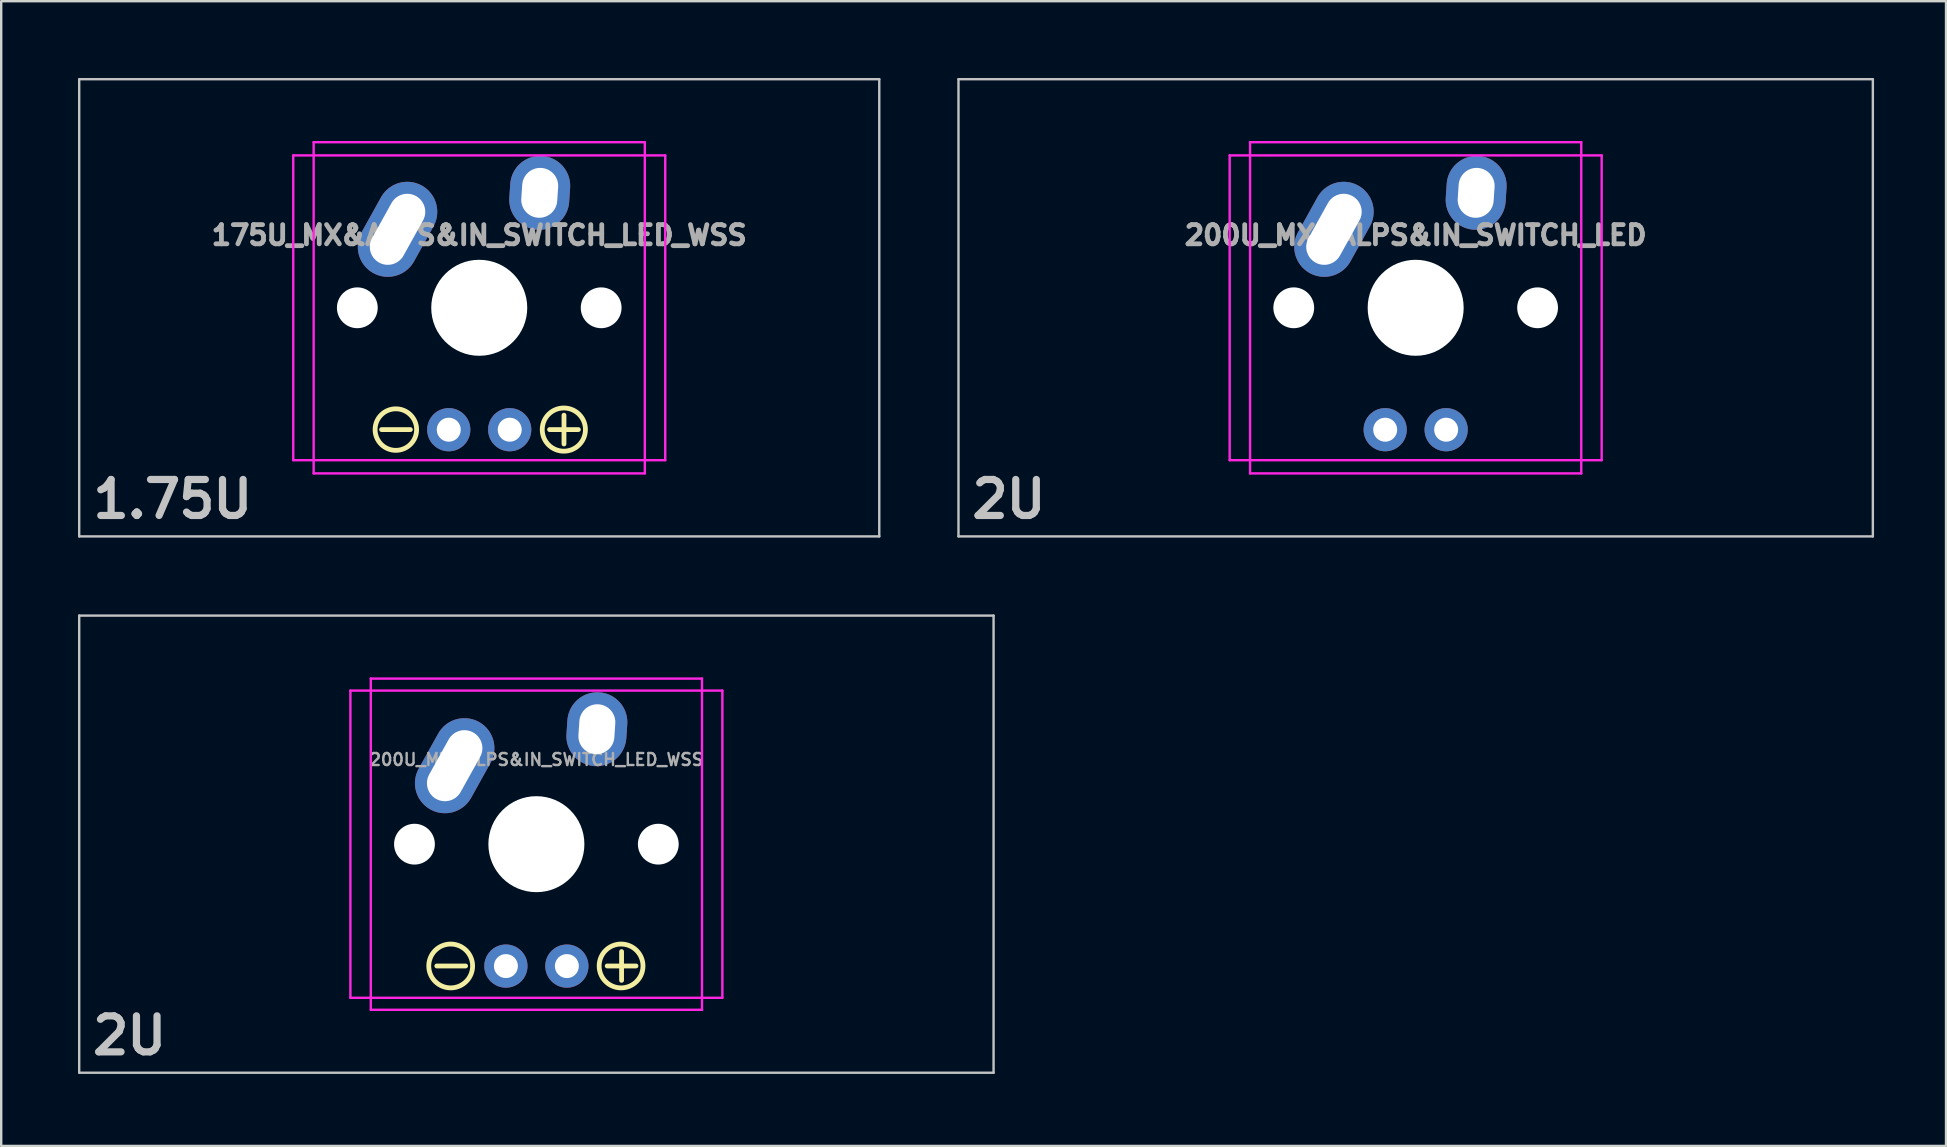
<source format=kicad_pcb>
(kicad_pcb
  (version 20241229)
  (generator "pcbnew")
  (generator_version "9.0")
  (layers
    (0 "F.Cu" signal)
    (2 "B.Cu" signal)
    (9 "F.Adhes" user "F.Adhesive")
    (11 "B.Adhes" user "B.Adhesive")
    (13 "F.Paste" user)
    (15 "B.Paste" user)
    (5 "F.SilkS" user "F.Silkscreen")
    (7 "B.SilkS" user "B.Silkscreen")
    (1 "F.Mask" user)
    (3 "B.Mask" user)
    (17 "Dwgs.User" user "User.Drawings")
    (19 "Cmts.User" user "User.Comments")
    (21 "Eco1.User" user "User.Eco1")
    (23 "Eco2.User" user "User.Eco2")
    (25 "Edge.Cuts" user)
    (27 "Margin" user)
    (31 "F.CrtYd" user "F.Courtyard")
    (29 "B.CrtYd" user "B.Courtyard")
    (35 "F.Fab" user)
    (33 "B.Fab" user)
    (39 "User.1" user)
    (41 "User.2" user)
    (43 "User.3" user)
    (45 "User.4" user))
  (footprint "200U_MX&ALPS&IN_SWITCH_LED"
    (layer "F.Cu")
    (at 36.888 0.25)
    (property "Reference" "200U_MX&ALPS&IN_SWITCH_LED" (at 19.05 6.5 0) (layer "F.Fab") (effects (font (size 0.8 0.8) (thickness 0.2))))
    (attr through_hole)
    (fp_line (start 0 0) (end 38.1 0) (stroke (width 0.1) (type solid)) (layer "Dwgs.User"))
    (fp_line (start 0 19.05) (end 0 0) (stroke (width 0.1) (type solid)) (layer "Dwgs.User"))
    (fp_line (start 38.1 0) (end 38.1 19.05) (stroke (width 0.1) (type solid)) (layer "Dwgs.User"))
    (fp_line (start 38.1 19.05) (end 0 19.05) (stroke (width 0.1) (type solid)) (layer "Dwgs.User"))
    (fp_line (start 11.3 3.175) (end 11.3 15.875) (stroke (width 0.1) (type solid)) (layer "F.CrtYd"))
    (fp_line (start 11.3 3.175) (end 26.8 3.175) (stroke (width 0.1) (type solid)) (layer "F.CrtYd"))
    (fp_line (start 11.3 15.875) (end 26.8 15.875) (stroke (width 0.1) (type solid)) (layer "F.CrtYd"))
    (fp_line (start 12.15 2.625) (end 12.15 16.425) (stroke (width 0.1) (type solid)) (layer "F.CrtYd"))
    (fp_line (start 12.15 2.625) (end 25.95 2.625) (stroke (width 0.1) (type solid)) (layer "F.CrtYd"))
    (fp_line (start 12.15 16.425) (end 25.95 16.425) (stroke (width 0.1) (type solid)) (layer "F.CrtYd"))
    (fp_line (start 25.95 2.625) (end 25.95 16.425) (stroke (width 0.1) (type solid)) (layer "F.CrtYd"))
    (fp_line (start 26.8 3.175) (end 26.8 15.875) (stroke (width 0.1) (type solid)) (layer "F.CrtYd"))
    (fp_text user "2U" (at 2.1 17.5 0) (layer "Dwgs.User") (effects (font (size 1.5 1.5) (thickness 0.3))))
    (pad "" np_thru_hole circle (at 13.97 9.525) (size 1.7 1.7) (drill 1.7) (layers "*.Cu" "*.Mask"))
    (pad "" np_thru_hole circle (at 19.05 9.525) (size 4 4) (drill 4) (layers "*.Cu" "*.Mask"))
    (pad "" np_thru_hole circle (at 24.13 9.525) (size 1.7 1.7) (drill 1.7) (layers "*.Cu" "*.Mask"))
    (pad "1" thru_hole oval (at 15.645 6.255 330.95) (size 2.5 4.17) (drill oval 1.5 3.17) (layers "*.Cu" "*.Mask"))
    (pad "2" thru_hole oval (at 21.57 4.735 356.1) (size 2.5 3.08) (drill oval 1.5 2.08) (layers "*.Cu" "*.Mask"))
    (pad "3" thru_hole circle (at 17.78 14.605) (size 1.8 1.8) (drill 1) (layers "*.Cu" "*.Mask"))
    (pad "4" thru_hole circle (at 20.32 14.605) (size 1.8 1.8) (drill 1) (layers "*.Cu" "*.Mask")))
  (footprint "200U_MX&ALPS&IN_SWITCH_LED_WSS"
    (layer "F.Cu")
    (at 0.25 22.6)
    (property "Reference" "200U_MX&ALPS&IN_SWITCH_LED_WSS" (at 19.05 6 0) (layer "F.Fab") (effects (font (size 0.5 0.5) (thickness 0.1))))
    (attr through_hole)
    (fp_line (start 14.9 14.6) (end 16.1 14.6) (stroke (width 0.2) (type solid)) (layer "F.SilkS"))
    (fp_line (start 22 14.6) (end 23.2 14.6) (stroke (width 0.2) (type solid)) (layer "F.SilkS"))
    (fp_line (start 22.6 15.2) (end 22.6 14) (stroke (width 0.2) (type solid)) (layer "F.SilkS"))
    (fp_circle (center 15.479 14.6) (end 16.3 15) (stroke (width 0.2) (type solid)) (fill no) (layer "F.SilkS"))
    (fp_circle (center 22.579 14.6) (end 23.4 15) (stroke (width 0.2) (type solid)) (fill no) (layer "F.SilkS"))
    (fp_line (start 0 0) (end 38.1 0) (stroke (width 0.1) (type solid)) (layer "Dwgs.User"))
    (fp_line (start 0 19.05) (end 0 0) (stroke (width 0.1) (type solid)) (layer "Dwgs.User"))
    (fp_line (start 38.1 0) (end 38.1 19.05) (stroke (width 0.1) (type solid)) (layer "Dwgs.User"))
    (fp_line (start 38.1 19.05) (end 0 19.05) (stroke (width 0.1) (type solid)) (layer "Dwgs.User"))
    (fp_line (start 11.3 3.125) (end 11.3 15.925) (stroke (width 0.1) (type solid)) (layer "F.CrtYd"))
    (fp_line (start 11.3 3.125) (end 26.8 3.125) (stroke (width 0.1) (type solid)) (layer "F.CrtYd"))
    (fp_line (start 11.3 15.925) (end 26.8 15.925) (stroke (width 0.1) (type solid)) (layer "F.CrtYd"))
    (fp_line (start 12.15 2.625) (end 12.15 16.425) (stroke (width 0.1) (type solid)) (layer "F.CrtYd"))
    (fp_line (start 12.15 2.625) (end 25.95 2.625) (stroke (width 0.1) (type solid)) (layer "F.CrtYd"))
    (fp_line (start 12.15 16.425) (end 25.95 16.425) (stroke (width 0.1) (type solid)) (layer "F.CrtYd"))
    (fp_line (start 25.95 2.625) (end 25.95 16.425) (stroke (width 0.1) (type solid)) (layer "F.CrtYd"))
    (fp_line (start 26.8 3.125) (end 26.8 15.925) (stroke (width 0.1) (type solid)) (layer "F.CrtYd"))
    (fp_text user "2U" (at 2.1 17.5 0) (layer "Dwgs.User") (effects (font (size 1.5 1.5) (thickness 0.3))))
    (pad "" np_thru_hole circle (at 13.97 9.525) (size 1.7 1.7) (drill 1.7) (layers "*.Cu" "*.Mask"))
    (pad "" np_thru_hole circle (at 19.05 9.525) (size 4 4) (drill 4) (layers "*.Cu" "*.Mask"))
    (pad "" np_thru_hole circle (at 24.13 9.525) (size 1.7 1.7) (drill 1.7) (layers "*.Cu" "*.Mask"))
    (pad "1" thru_hole oval (at 15.645 6.255 330.95) (size 2.5 4.17) (drill oval 1.5 3.17) (layers "*.Cu" "*.Mask"))
    (pad "2" thru_hole oval (at 21.57 4.735 356.1) (size 2.5 3.08) (drill oval 1.5 2.08) (layers "*.Cu" "*.Mask"))
    (pad "3" thru_hole circle (at 17.78 14.605) (size 1.8 1.8) (drill 1) (layers "*.Cu" "*.Mask"))
    (pad "4" thru_hole circle (at 20.32 14.605) (size 1.8 1.8) (drill 1) (layers "*.Cu" "*.Mask")))
  (footprint "175U_MX&ALPS&IN_SWITCH_LED_WSS"
    (layer "F.Cu")
    (at 0.25 0.25)
    (property "Reference" "175U_MX&ALPS&IN_SWITCH_LED_WSS" (at 16.669 6.5 0) (layer "F.Fab") (effects (font (size 0.8 0.8) (thickness 0.2))))
    (attr through_hole)
    (fp_line (start 12.6 14.6) (end 13.8 14.6) (stroke (width 0.2) (type solid)) (layer "F.SilkS"))
    (fp_line (start 19.6 14.6) (end 20.8 14.6) (stroke (width 0.2) (type solid)) (layer "F.SilkS"))
    (fp_line (start 20.2 15.2) (end 20.2 14) (stroke (width 0.2) (type solid)) (layer "F.SilkS"))
    (fp_circle (center 13.194 14.6) (end 13.9 15.1) (stroke (width 0.2) (type solid)) (fill no) (layer "F.SilkS"))
    (fp_circle (center 20.194 14.6) (end 21 15) (stroke (width 0.2) (type solid)) (fill no) (layer "F.SilkS"))
    (fp_line (start 0 0) (end 33.337 0) (stroke (width 0.1) (type solid)) (layer "Dwgs.User"))
    (fp_line (start 0 19.05) (end 0 0) (stroke (width 0.1) (type solid)) (layer "Dwgs.User"))
    (fp_line (start 33.337 0) (end 33.337 19.05) (stroke (width 0.1) (type solid)) (layer "Dwgs.User"))
    (fp_line (start 33.337 19.05) (end 0 19.05) (stroke (width 0.1) (type solid)) (layer "Dwgs.User"))
    (fp_line (start 8.919 3.175) (end 8.919 15.875) (stroke (width 0.1) (type solid)) (layer "F.CrtYd"))
    (fp_line (start 8.919 3.175) (end 24.419 3.175) (stroke (width 0.1) (type solid)) (layer "F.CrtYd"))
    (fp_line (start 8.919 15.875) (end 24.419 15.875) (stroke (width 0.1) (type solid)) (layer "F.CrtYd"))
    (fp_line (start 9.769 2.625) (end 9.769 16.425) (stroke (width 0.1) (type solid)) (layer "F.CrtYd"))
    (fp_line (start 9.769 2.625) (end 23.569 2.625) (stroke (width 0.1) (type solid)) (layer "F.CrtYd"))
    (fp_line (start 9.769 16.425) (end 23.569 16.425) (stroke (width 0.1) (type solid)) (layer "F.CrtYd"))
    (fp_line (start 23.569 2.625) (end 23.569 16.425) (stroke (width 0.1) (type solid)) (layer "F.CrtYd"))
    (fp_line (start 24.419 3.175) (end 24.419 15.875) (stroke (width 0.1) (type solid)) (layer "F.CrtYd"))
    (fp_text user "1.75U" (at 3.9 17.5 0) (layer "Dwgs.User") (effects (font (size 1.5 1.5) (thickness 0.3))))
    (pad "" np_thru_hole circle (at 11.589 9.525) (size 1.7 1.7) (drill 1.7) (layers "*.Cu" "*.Mask"))
    (pad "" np_thru_hole circle (at 16.669 9.525) (size 4 4) (drill 4) (layers "*.Cu" "*.Mask"))
    (pad "" np_thru_hole circle (at 21.749 9.525) (size 1.7 1.7) (drill 1.7) (layers "*.Cu" "*.Mask"))
    (pad "1" thru_hole oval (at 13.264 6.255 330.95) (size 2.5 4.17) (drill oval 1.5 3.17) (layers "*.Cu" "*.Mask"))
    (pad "2" thru_hole oval (at 19.189 4.735 356.1) (size 2.5 3.08) (drill oval 1.5 2.08) (layers "*.Cu" "*.Mask"))
    (pad "3" thru_hole circle (at 15.399 14.605) (size 1.8 1.8) (drill 1) (layers "*.Cu" "*.Mask"))
    (pad "4" thru_hole circle (at 17.939 14.605) (size 1.8 1.8) (drill 1) (layers "*.Cu" "*.Mask")))
  (gr_rect
    (start -3 -3)
    (end 78.037 44.7)
    (stroke (width 0.1) (type default))
    (fill no)
    (layer "Edge.Cuts")))
</source>
